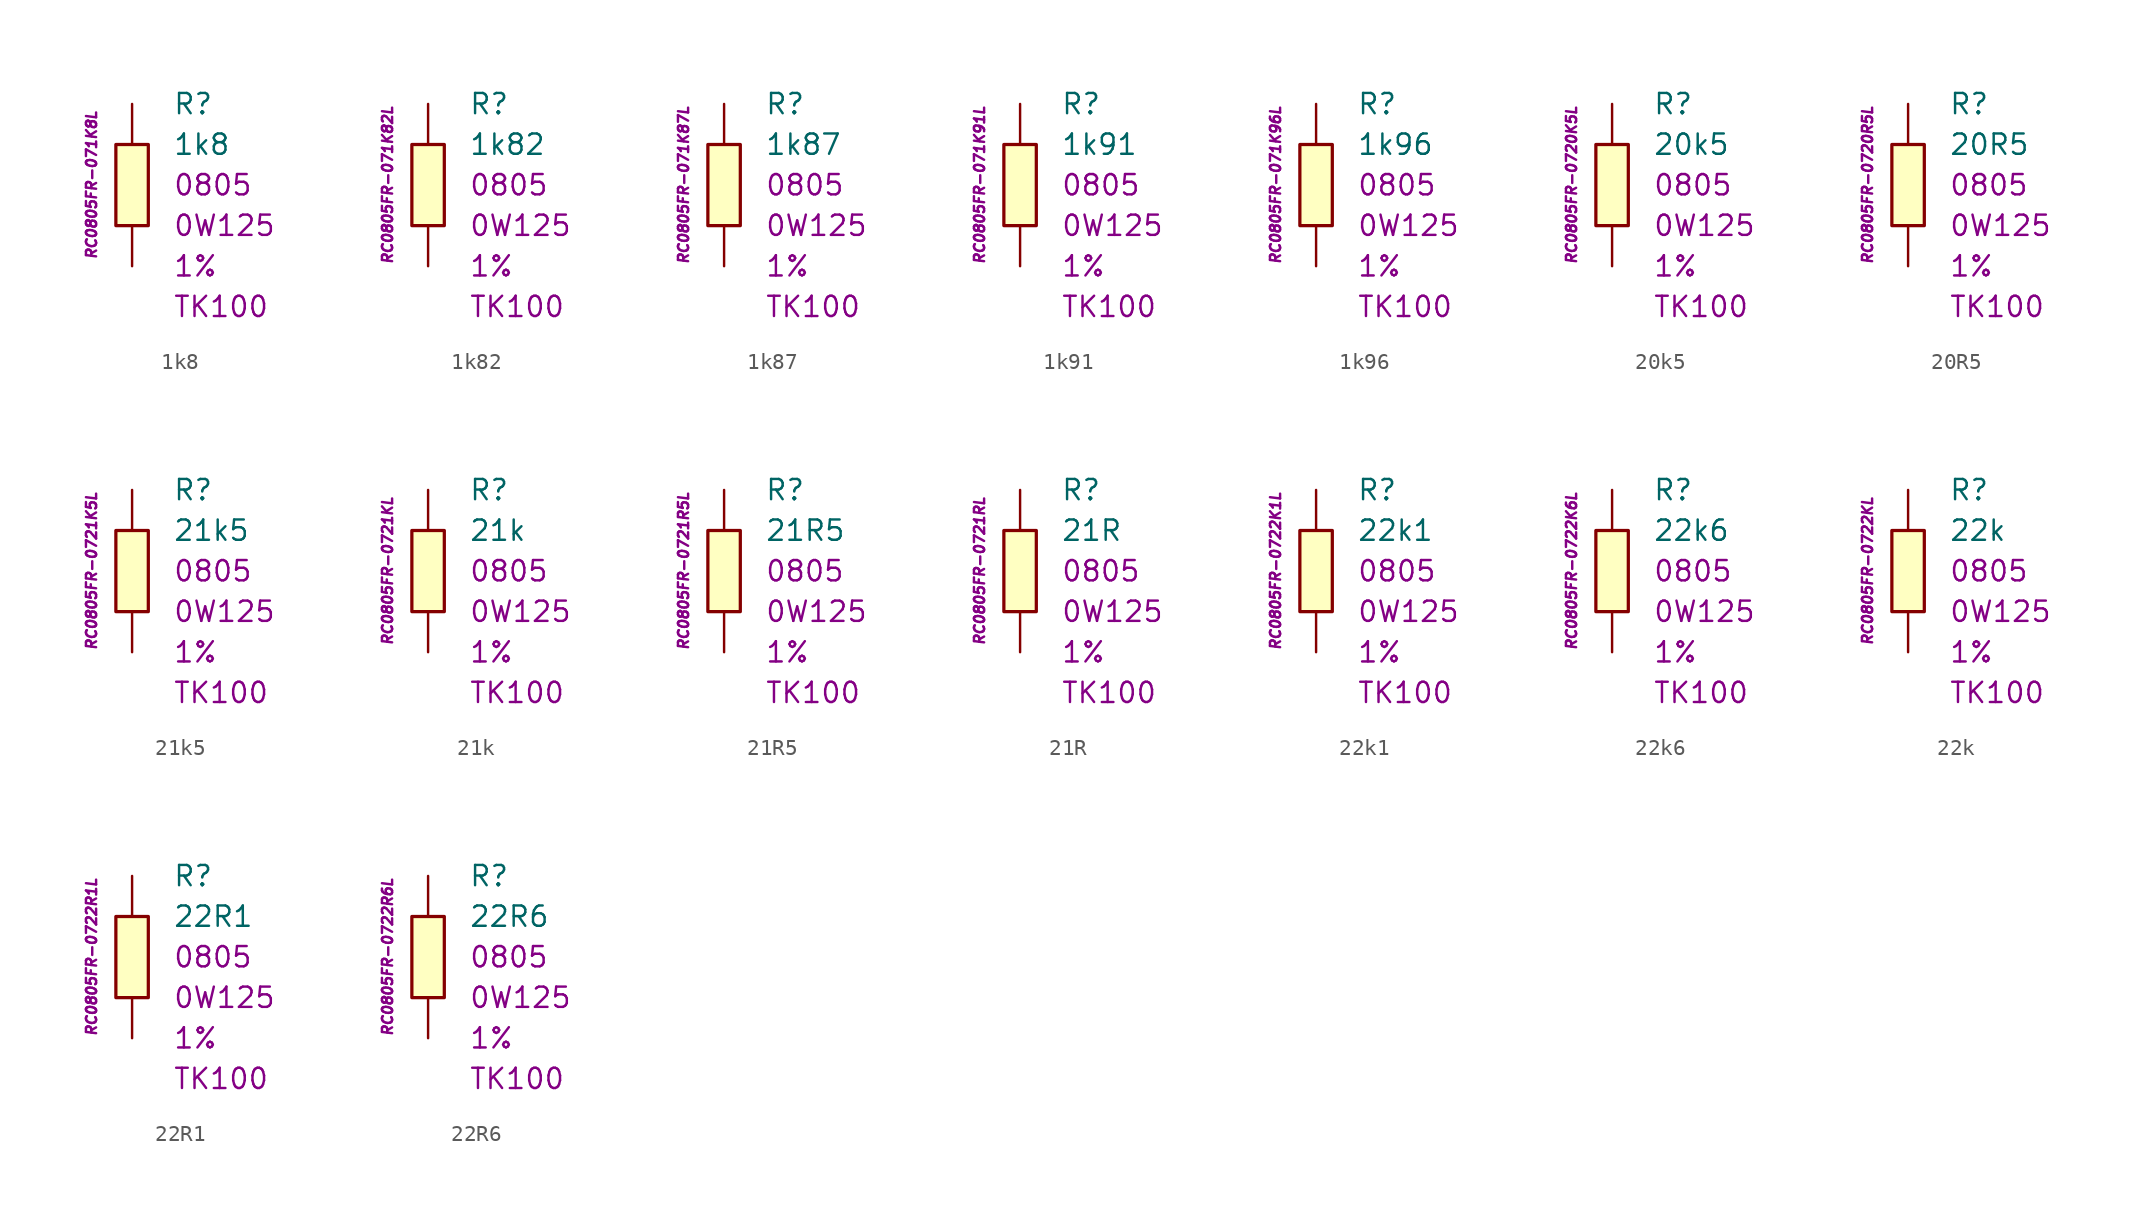
<source format=kicad_sym>
(kicad_symbol_lib
  (version 20201005)
  (generator kicad_symbol_editor)
  (symbol "1k8"
    (pin_numbers hide)
    (pin_names
      (offset 1.016) hide)
    (property "Reference" "R"
      (at 2.54 5.08 0)
      (effects (font (size 1.27 1.27)) (justify left)))
    (property "Value" "1k8"
      (at 2.54 2.54 0)
      (effects (font (size 1.27 1.27)) (justify left)))
    (property "Package" "0805"
      (at 2.54 0 0)
      (effects (font (size 1.27 1.27)) (justify left)))
    (property "Power" "0W125"
      (at 2.54 -2.54 0)
      (effects (font (size 1.27 1.27)) (justify left)))
    (property "Tolerance" "1%"
      (at 2.54 -5.08 0)
      (effects (font (size 1.27 1.27)) (justify left)))
    (property "TK" "TK100"
      (at 2.54 -7.62 0)
      (effects (font (size 1.27 1.27)) (justify left)))
    (property "ID" "RC0805FR-071K8L"
      (at -2.54 0 90)
      (effects (font (size 0.635 0.635) italic)))
    (symbol "1k8_0_1"
      (rectangle (start -1.016 2.54) (end 1.016 -2.54) (stroke (width 0.203)) (fill (type background))))
    (symbol "1k8_1_1"
      (pin passive line (at 0 5.08 270) (length 2.54) (name "~" (effects (font (size 1.778 1.778)))) (number "1" (effects (font (size 1.778 1.778)))))
      (pin passive line (at 0 -5.08 90) (length 2.54) (name "~" (effects (font (size 1.778 1.778)))) (number "2" (effects (font (size 1.778 1.778)))))))
  (symbol "1k82"
    (pin_numbers hide)
    (pin_names
      (offset 1.016) hide)
    (property "Reference" "R"
      (at 2.54 5.08 0)
      (effects (font (size 1.27 1.27)) (justify left)))
    (property "Value" "1k82"
      (at 2.54 2.54 0)
      (effects (font (size 1.27 1.27)) (justify left)))
    (property "Package" "0805"
      (at 2.54 0 0)
      (effects (font (size 1.27 1.27)) (justify left)))
    (property "Power" "0W125"
      (at 2.54 -2.54 0)
      (effects (font (size 1.27 1.27)) (justify left)))
    (property "Tolerance" "1%"
      (at 2.54 -5.08 0)
      (effects (font (size 1.27 1.27)) (justify left)))
    (property "TK" "TK100"
      (at 2.54 -7.62 0)
      (effects (font (size 1.27 1.27)) (justify left)))
    (property "ID" "RC0805FR-071K82L"
      (at -2.54 0 90)
      (effects (font (size 0.635 0.635) italic)))
    (symbol "1k82_0_1"
      (rectangle (start -1.016 2.54) (end 1.016 -2.54) (stroke (width 0.203)) (fill (type background))))
    (symbol "1k82_1_1"
      (pin passive line (at 0 5.08 270) (length 2.54) (name "~" (effects (font (size 1.778 1.778)))) (number "1" (effects (font (size 1.778 1.778)))))
      (pin passive line (at 0 -5.08 90) (length 2.54) (name "~" (effects (font (size 1.778 1.778)))) (number "2" (effects (font (size 1.778 1.778)))))))
  (symbol "1k87"
    (pin_numbers hide)
    (pin_names
      (offset 1.016) hide)
    (property "Reference" "R"
      (at 2.54 5.08 0)
      (effects (font (size 1.27 1.27)) (justify left)))
    (property "Value" "1k87"
      (at 2.54 2.54 0)
      (effects (font (size 1.27 1.27)) (justify left)))
    (property "Package" "0805"
      (at 2.54 0 0)
      (effects (font (size 1.27 1.27)) (justify left)))
    (property "Power" "0W125"
      (at 2.54 -2.54 0)
      (effects (font (size 1.27 1.27)) (justify left)))
    (property "Tolerance" "1%"
      (at 2.54 -5.08 0)
      (effects (font (size 1.27 1.27)) (justify left)))
    (property "TK" "TK100"
      (at 2.54 -7.62 0)
      (effects (font (size 1.27 1.27)) (justify left)))
    (property "ID" "RC0805FR-071K87L"
      (at -2.54 0 90)
      (effects (font (size 0.635 0.635) italic)))
    (symbol "1k87_0_1"
      (rectangle (start -1.016 2.54) (end 1.016 -2.54) (stroke (width 0.203)) (fill (type background))))
    (symbol "1k87_1_1"
      (pin passive line (at 0 5.08 270) (length 2.54) (name "~" (effects (font (size 1.778 1.778)))) (number "1" (effects (font (size 1.778 1.778)))))
      (pin passive line (at 0 -5.08 90) (length 2.54) (name "~" (effects (font (size 1.778 1.778)))) (number "2" (effects (font (size 1.778 1.778)))))))
  (symbol "1k91"
    (pin_numbers hide)
    (pin_names
      (offset 1.016) hide)
    (property "Reference" "R"
      (at 2.54 5.08 0)
      (effects (font (size 1.27 1.27)) (justify left)))
    (property "Value" "1k91"
      (at 2.54 2.54 0)
      (effects (font (size 1.27 1.27)) (justify left)))
    (property "Package" "0805"
      (at 2.54 0 0)
      (effects (font (size 1.27 1.27)) (justify left)))
    (property "Power" "0W125"
      (at 2.54 -2.54 0)
      (effects (font (size 1.27 1.27)) (justify left)))
    (property "Tolerance" "1%"
      (at 2.54 -5.08 0)
      (effects (font (size 1.27 1.27)) (justify left)))
    (property "TK" "TK100"
      (at 2.54 -7.62 0)
      (effects (font (size 1.27 1.27)) (justify left)))
    (property "ID" "RC0805FR-071K91L"
      (at -2.54 0 90)
      (effects (font (size 0.635 0.635) italic)))
    (symbol "1k91_0_1"
      (rectangle (start -1.016 2.54) (end 1.016 -2.54) (stroke (width 0.203)) (fill (type background))))
    (symbol "1k91_1_1"
      (pin passive line (at 0 5.08 270) (length 2.54) (name "~" (effects (font (size 1.778 1.778)))) (number "1" (effects (font (size 1.778 1.778)))))
      (pin passive line (at 0 -5.08 90) (length 2.54) (name "~" (effects (font (size 1.778 1.778)))) (number "2" (effects (font (size 1.778 1.778)))))))
  (symbol "1k96"
    (pin_numbers hide)
    (pin_names
      (offset 1.016) hide)
    (property "Reference" "R"
      (at 2.54 5.08 0)
      (effects (font (size 1.27 1.27)) (justify left)))
    (property "Value" "1k96"
      (at 2.54 2.54 0)
      (effects (font (size 1.27 1.27)) (justify left)))
    (property "Package" "0805"
      (at 2.54 0 0)
      (effects (font (size 1.27 1.27)) (justify left)))
    (property "Power" "0W125"
      (at 2.54 -2.54 0)
      (effects (font (size 1.27 1.27)) (justify left)))
    (property "Tolerance" "1%"
      (at 2.54 -5.08 0)
      (effects (font (size 1.27 1.27)) (justify left)))
    (property "TK" "TK100"
      (at 2.54 -7.62 0)
      (effects (font (size 1.27 1.27)) (justify left)))
    (property "ID" "RC0805FR-071K96L"
      (at -2.54 0 90)
      (effects (font (size 0.635 0.635) italic)))
    (symbol "1k96_0_1"
      (rectangle (start -1.016 2.54) (end 1.016 -2.54) (stroke (width 0.203)) (fill (type background))))
    (symbol "1k96_1_1"
      (pin passive line (at 0 5.08 270) (length 2.54) (name "~" (effects (font (size 1.778 1.778)))) (number "1" (effects (font (size 1.778 1.778)))))
      (pin passive line (at 0 -5.08 90) (length 2.54) (name "~" (effects (font (size 1.778 1.778)))) (number "2" (effects (font (size 1.778 1.778)))))))
  (symbol "20k5"
    (pin_numbers hide)
    (pin_names
      (offset 1.016) hide)
    (property "Reference" "R"
      (at 2.54 5.08 0)
      (effects (font (size 1.27 1.27)) (justify left)))
    (property "Value" "20k5"
      (at 2.54 2.54 0)
      (effects (font (size 1.27 1.27)) (justify left)))
    (property "Package" "0805"
      (at 2.54 0 0)
      (effects (font (size 1.27 1.27)) (justify left)))
    (property "Power" "0W125"
      (at 2.54 -2.54 0)
      (effects (font (size 1.27 1.27)) (justify left)))
    (property "Tolerance" "1%"
      (at 2.54 -5.08 0)
      (effects (font (size 1.27 1.27)) (justify left)))
    (property "TK" "TK100"
      (at 2.54 -7.62 0)
      (effects (font (size 1.27 1.27)) (justify left)))
    (property "ID" "RC0805FR-0720K5L"
      (at -2.54 0 90)
      (effects (font (size 0.635 0.635) italic)))
    (symbol "20k5_0_1"
      (rectangle (start -1.016 2.54) (end 1.016 -2.54) (stroke (width 0.203)) (fill (type background))))
    (symbol "20k5_1_1"
      (pin passive line (at 0 5.08 270) (length 2.54) (name "~" (effects (font (size 1.778 1.778)))) (number "1" (effects (font (size 1.778 1.778)))))
      (pin passive line (at 0 -5.08 90) (length 2.54) (name "~" (effects (font (size 1.778 1.778)))) (number "2" (effects (font (size 1.778 1.778)))))))
  (symbol "20R5"
    (pin_numbers hide)
    (pin_names
      (offset 1.016) hide)
    (property "Reference" "R"
      (at 2.54 5.08 0)
      (effects (font (size 1.27 1.27)) (justify left)))
    (property "Value" "20R5"
      (at 2.54 2.54 0)
      (effects (font (size 1.27 1.27)) (justify left)))
    (property "Package" "0805"
      (at 2.54 0 0)
      (effects (font (size 1.27 1.27)) (justify left)))
    (property "Power" "0W125"
      (at 2.54 -2.54 0)
      (effects (font (size 1.27 1.27)) (justify left)))
    (property "Tolerance" "1%"
      (at 2.54 -5.08 0)
      (effects (font (size 1.27 1.27)) (justify left)))
    (property "TK" "TK100"
      (at 2.54 -7.62 0)
      (effects (font (size 1.27 1.27)) (justify left)))
    (property "ID" "RC0805FR-0720R5L"
      (at -2.54 0 90)
      (effects (font (size 0.635 0.635) italic)))
    (symbol "20R5_0_1"
      (rectangle (start -1.016 2.54) (end 1.016 -2.54) (stroke (width 0.203)) (fill (type background))))
    (symbol "20R5_1_1"
      (pin passive line (at 0 5.08 270) (length 2.54) (name "~" (effects (font (size 1.778 1.778)))) (number "1" (effects (font (size 1.778 1.778)))))
      (pin passive line (at 0 -5.08 90) (length 2.54) (name "~" (effects (font (size 1.778 1.778)))) (number "2" (effects (font (size 1.778 1.778)))))))
  (symbol "21k5"
    (pin_numbers hide)
    (pin_names
      (offset 1.016) hide)
    (property "Reference" "R"
      (at 2.54 5.08 0)
      (effects (font (size 1.27 1.27)) (justify left)))
    (property "Value" "21k5"
      (at 2.54 2.54 0)
      (effects (font (size 1.27 1.27)) (justify left)))
    (property "Package" "0805"
      (at 2.54 0 0)
      (effects (font (size 1.27 1.27)) (justify left)))
    (property "Power" "0W125"
      (at 2.54 -2.54 0)
      (effects (font (size 1.27 1.27)) (justify left)))
    (property "Tolerance" "1%"
      (at 2.54 -5.08 0)
      (effects (font (size 1.27 1.27)) (justify left)))
    (property "TK" "TK100"
      (at 2.54 -7.62 0)
      (effects (font (size 1.27 1.27)) (justify left)))
    (property "ID" "RC0805FR-0721K5L"
      (at -2.54 0 90)
      (effects (font (size 0.635 0.635) italic)))
    (symbol "21k5_0_1"
      (rectangle (start -1.016 2.54) (end 1.016 -2.54) (stroke (width 0.203)) (fill (type background))))
    (symbol "21k5_1_1"
      (pin passive line (at 0 5.08 270) (length 2.54) (name "~" (effects (font (size 1.778 1.778)))) (number "1" (effects (font (size 1.778 1.778)))))
      (pin passive line (at 0 -5.08 90) (length 2.54) (name "~" (effects (font (size 1.778 1.778)))) (number "2" (effects (font (size 1.778 1.778)))))))
  (symbol "21k"
    (pin_numbers hide)
    (pin_names
      (offset 1.016) hide)
    (property "Reference" "R"
      (at 2.54 5.08 0)
      (effects (font (size 1.27 1.27)) (justify left)))
    (property "Value" "21k"
      (at 2.54 2.54 0)
      (effects (font (size 1.27 1.27)) (justify left)))
    (property "Package" "0805"
      (at 2.54 0 0)
      (effects (font (size 1.27 1.27)) (justify left)))
    (property "Power" "0W125"
      (at 2.54 -2.54 0)
      (effects (font (size 1.27 1.27)) (justify left)))
    (property "Tolerance" "1%"
      (at 2.54 -5.08 0)
      (effects (font (size 1.27 1.27)) (justify left)))
    (property "TK" "TK100"
      (at 2.54 -7.62 0)
      (effects (font (size 1.27 1.27)) (justify left)))
    (property "ID" "RC0805FR-0721KL"
      (at -2.54 0 90)
      (effects (font (size 0.635 0.635) italic)))
    (symbol "21k_0_1"
      (rectangle (start -1.016 2.54) (end 1.016 -2.54) (stroke (width 0.203)) (fill (type background))))
    (symbol "21k_1_1"
      (pin passive line (at 0 5.08 270) (length 2.54) (name "~" (effects (font (size 1.778 1.778)))) (number "1" (effects (font (size 1.778 1.778)))))
      (pin passive line (at 0 -5.08 90) (length 2.54) (name "~" (effects (font (size 1.778 1.778)))) (number "2" (effects (font (size 1.778 1.778)))))))
  (symbol "21R5"
    (pin_numbers hide)
    (pin_names
      (offset 1.016) hide)
    (property "Reference" "R"
      (at 2.54 5.08 0)
      (effects (font (size 1.27 1.27)) (justify left)))
    (property "Value" "21R5"
      (at 2.54 2.54 0)
      (effects (font (size 1.27 1.27)) (justify left)))
    (property "Package" "0805"
      (at 2.54 0 0)
      (effects (font (size 1.27 1.27)) (justify left)))
    (property "Power" "0W125"
      (at 2.54 -2.54 0)
      (effects (font (size 1.27 1.27)) (justify left)))
    (property "Tolerance" "1%"
      (at 2.54 -5.08 0)
      (effects (font (size 1.27 1.27)) (justify left)))
    (property "TK" "TK100"
      (at 2.54 -7.62 0)
      (effects (font (size 1.27 1.27)) (justify left)))
    (property "ID" "RC0805FR-0721R5L"
      (at -2.54 0 90)
      (effects (font (size 0.635 0.635) italic)))
    (symbol "21R5_0_1"
      (rectangle (start -1.016 2.54) (end 1.016 -2.54) (stroke (width 0.203)) (fill (type background))))
    (symbol "21R5_1_1"
      (pin passive line (at 0 5.08 270) (length 2.54) (name "~" (effects (font (size 1.778 1.778)))) (number "1" (effects (font (size 1.778 1.778)))))
      (pin passive line (at 0 -5.08 90) (length 2.54) (name "~" (effects (font (size 1.778 1.778)))) (number "2" (effects (font (size 1.778 1.778)))))))
  (symbol "21R"
    (pin_numbers hide)
    (pin_names
      (offset 1.016) hide)
    (property "Reference" "R"
      (at 2.54 5.08 0)
      (effects (font (size 1.27 1.27)) (justify left)))
    (property "Value" "21R"
      (at 2.54 2.54 0)
      (effects (font (size 1.27 1.27)) (justify left)))
    (property "Package" "0805"
      (at 2.54 0 0)
      (effects (font (size 1.27 1.27)) (justify left)))
    (property "Power" "0W125"
      (at 2.54 -2.54 0)
      (effects (font (size 1.27 1.27)) (justify left)))
    (property "Tolerance" "1%"
      (at 2.54 -5.08 0)
      (effects (font (size 1.27 1.27)) (justify left)))
    (property "TK" "TK100"
      (at 2.54 -7.62 0)
      (effects (font (size 1.27 1.27)) (justify left)))
    (property "ID" "RC0805FR-0721RL"
      (at -2.54 0 90)
      (effects (font (size 0.635 0.635) italic)))
    (symbol "21R_0_1"
      (rectangle (start -1.016 2.54) (end 1.016 -2.54) (stroke (width 0.203)) (fill (type background))))
    (symbol "21R_1_1"
      (pin passive line (at 0 5.08 270) (length 2.54) (name "~" (effects (font (size 1.778 1.778)))) (number "1" (effects (font (size 1.778 1.778)))))
      (pin passive line (at 0 -5.08 90) (length 2.54) (name "~" (effects (font (size 1.778 1.778)))) (number "2" (effects (font (size 1.778 1.778)))))))
  (symbol "22k1"
    (pin_numbers hide)
    (pin_names
      (offset 1.016) hide)
    (property "Reference" "R"
      (at 2.54 5.08 0)
      (effects (font (size 1.27 1.27)) (justify left)))
    (property "Value" "22k1"
      (at 2.54 2.54 0)
      (effects (font (size 1.27 1.27)) (justify left)))
    (property "Package" "0805"
      (at 2.54 0 0)
      (effects (font (size 1.27 1.27)) (justify left)))
    (property "Power" "0W125"
      (at 2.54 -2.54 0)
      (effects (font (size 1.27 1.27)) (justify left)))
    (property "Tolerance" "1%"
      (at 2.54 -5.08 0)
      (effects (font (size 1.27 1.27)) (justify left)))
    (property "TK" "TK100"
      (at 2.54 -7.62 0)
      (effects (font (size 1.27 1.27)) (justify left)))
    (property "ID" "RC0805FR-0722K1L"
      (at -2.54 0 90)
      (effects (font (size 0.635 0.635) italic)))
    (symbol "22k1_0_1"
      (rectangle (start -1.016 2.54) (end 1.016 -2.54) (stroke (width 0.203)) (fill (type background))))
    (symbol "22k1_1_1"
      (pin passive line (at 0 5.08 270) (length 2.54) (name "~" (effects (font (size 1.778 1.778)))) (number "1" (effects (font (size 1.778 1.778)))))
      (pin passive line (at 0 -5.08 90) (length 2.54) (name "~" (effects (font (size 1.778 1.778)))) (number "2" (effects (font (size 1.778 1.778)))))))
  (symbol "22k6"
    (pin_numbers hide)
    (pin_names
      (offset 1.016) hide)
    (property "Reference" "R"
      (at 2.54 5.08 0)
      (effects (font (size 1.27 1.27)) (justify left)))
    (property "Value" "22k6"
      (at 2.54 2.54 0)
      (effects (font (size 1.27 1.27)) (justify left)))
    (property "Package" "0805"
      (at 2.54 0 0)
      (effects (font (size 1.27 1.27)) (justify left)))
    (property "Power" "0W125"
      (at 2.54 -2.54 0)
      (effects (font (size 1.27 1.27)) (justify left)))
    (property "Tolerance" "1%"
      (at 2.54 -5.08 0)
      (effects (font (size 1.27 1.27)) (justify left)))
    (property "TK" "TK100"
      (at 2.54 -7.62 0)
      (effects (font (size 1.27 1.27)) (justify left)))
    (property "ID" "RC0805FR-0722K6L"
      (at -2.54 0 90)
      (effects (font (size 0.635 0.635) italic)))
    (symbol "22k6_0_1"
      (rectangle (start -1.016 2.54) (end 1.016 -2.54) (stroke (width 0.203)) (fill (type background))))
    (symbol "22k6_1_1"
      (pin passive line (at 0 5.08 270) (length 2.54) (name "~" (effects (font (size 1.778 1.778)))) (number "1" (effects (font (size 1.778 1.778)))))
      (pin passive line (at 0 -5.08 90) (length 2.54) (name "~" (effects (font (size 1.778 1.778)))) (number "2" (effects (font (size 1.778 1.778)))))))
  (symbol "22k"
    (pin_numbers hide)
    (pin_names
      (offset 1.016) hide)
    (property "Reference" "R"
      (at 2.54 5.08 0)
      (effects (font (size 1.27 1.27)) (justify left)))
    (property "Value" "22k"
      (at 2.54 2.54 0)
      (effects (font (size 1.27 1.27)) (justify left)))
    (property "Package" "0805"
      (at 2.54 0 0)
      (effects (font (size 1.27 1.27)) (justify left)))
    (property "Power" "0W125"
      (at 2.54 -2.54 0)
      (effects (font (size 1.27 1.27)) (justify left)))
    (property "Tolerance" "1%"
      (at 2.54 -5.08 0)
      (effects (font (size 1.27 1.27)) (justify left)))
    (property "TK" "TK100"
      (at 2.54 -7.62 0)
      (effects (font (size 1.27 1.27)) (justify left)))
    (property "ID" "RC0805FR-0722KL"
      (at -2.54 0 90)
      (effects (font (size 0.635 0.635) italic)))
    (symbol "22k_0_1"
      (rectangle (start -1.016 2.54) (end 1.016 -2.54) (stroke (width 0.203)) (fill (type background))))
    (symbol "22k_1_1"
      (pin passive line (at 0 5.08 270) (length 2.54) (name "~" (effects (font (size 1.778 1.778)))) (number "1" (effects (font (size 1.778 1.778)))))
      (pin passive line (at 0 -5.08 90) (length 2.54) (name "~" (effects (font (size 1.778 1.778)))) (number "2" (effects (font (size 1.778 1.778)))))))
  (symbol "22R1"
    (pin_numbers hide)
    (pin_names
      (offset 1.016) hide)
    (property "Reference" "R"
      (at 2.54 5.08 0)
      (effects (font (size 1.27 1.27)) (justify left)))
    (property "Value" "22R1"
      (at 2.54 2.54 0)
      (effects (font (size 1.27 1.27)) (justify left)))
    (property "Package" "0805"
      (at 2.54 0 0)
      (effects (font (size 1.27 1.27)) (justify left)))
    (property "Power" "0W125"
      (at 2.54 -2.54 0)
      (effects (font (size 1.27 1.27)) (justify left)))
    (property "Tolerance" "1%"
      (at 2.54 -5.08 0)
      (effects (font (size 1.27 1.27)) (justify left)))
    (property "TK" "TK100"
      (at 2.54 -7.62 0)
      (effects (font (size 1.27 1.27)) (justify left)))
    (property "ID" "RC0805FR-0722R1L"
      (at -2.54 0 90)
      (effects (font (size 0.635 0.635) italic)))
    (symbol "22R1_0_1"
      (rectangle (start -1.016 2.54) (end 1.016 -2.54) (stroke (width 0.203)) (fill (type background))))
    (symbol "22R1_1_1"
      (pin passive line (at 0 5.08 270) (length 2.54) (name "~" (effects (font (size 1.778 1.778)))) (number "1" (effects (font (size 1.778 1.778)))))
      (pin passive line (at 0 -5.08 90) (length 2.54) (name "~" (effects (font (size 1.778 1.778)))) (number "2" (effects (font (size 1.778 1.778)))))))
  (symbol "22R6"
    (pin_numbers hide)
    (pin_names
      (offset 1.016) hide)
    (property "Reference" "R"
      (at 2.54 5.08 0)
      (effects (font (size 1.27 1.27)) (justify left)))
    (property "Value" "22R6"
      (at 2.54 2.54 0)
      (effects (font (size 1.27 1.27)) (justify left)))
    (property "Package" "0805"
      (at 2.54 0 0)
      (effects (font (size 1.27 1.27)) (justify left)))
    (property "Power" "0W125"
      (at 2.54 -2.54 0)
      (effects (font (size 1.27 1.27)) (justify left)))
    (property "Tolerance" "1%"
      (at 2.54 -5.08 0)
      (effects (font (size 1.27 1.27)) (justify left)))
    (property "TK" "TK100"
      (at 2.54 -7.62 0)
      (effects (font (size 1.27 1.27)) (justify left)))
    (property "ID" "RC0805FR-0722R6L"
      (at -2.54 0 90)
      (effects (font (size 0.635 0.635) italic)))
    (symbol "22R6_0_1"
      (rectangle (start -1.016 2.54) (end 1.016 -2.54) (stroke (width 0.203)) (fill (type background))))
    (symbol "22R6_1_1"
      (pin passive line (at 0 5.08 270) (length 2.54) (name "~" (effects (font (size 1.778 1.778)))) (number "1" (effects (font (size 1.778 1.778)))))
      (pin passive line (at 0 -5.08 90) (length 2.54) (name "~" (effects (font (size 1.778 1.778)))) (number "2" (effects (font (size 1.778 1.778))))))))
</source>
